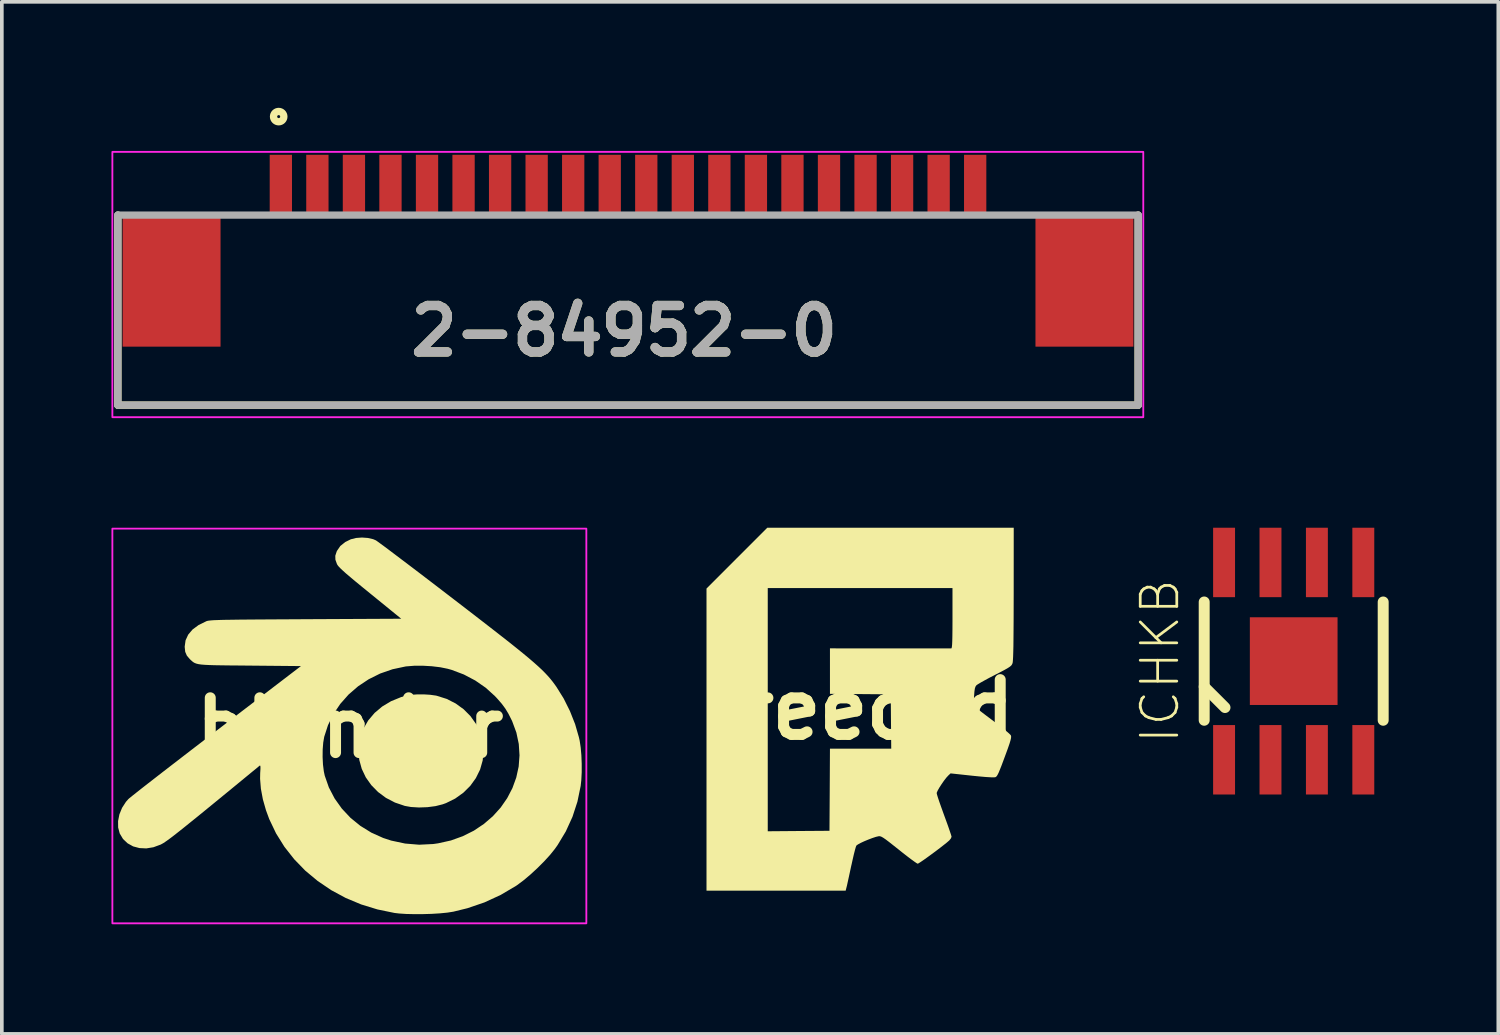
<source format=kicad_pcb>
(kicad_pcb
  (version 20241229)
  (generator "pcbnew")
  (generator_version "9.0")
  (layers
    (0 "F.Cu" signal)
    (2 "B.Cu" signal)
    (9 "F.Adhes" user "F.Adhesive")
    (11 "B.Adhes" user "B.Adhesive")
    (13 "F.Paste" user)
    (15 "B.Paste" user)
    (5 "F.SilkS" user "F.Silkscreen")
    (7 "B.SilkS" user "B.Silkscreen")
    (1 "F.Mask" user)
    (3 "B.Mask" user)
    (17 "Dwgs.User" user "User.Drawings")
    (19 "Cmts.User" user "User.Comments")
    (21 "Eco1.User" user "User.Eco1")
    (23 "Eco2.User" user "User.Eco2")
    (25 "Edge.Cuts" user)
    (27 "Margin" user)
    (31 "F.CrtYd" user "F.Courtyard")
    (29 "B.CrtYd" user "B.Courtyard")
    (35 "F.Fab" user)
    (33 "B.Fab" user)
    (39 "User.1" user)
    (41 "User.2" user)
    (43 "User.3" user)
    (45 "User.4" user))
  (footprint "blender"
    (layer "F.Cu")
    (at 6.525 16.866)
    (property "Reference" "blender" (at 0 0 0) (layer "F.SilkS") (effects (font (size 1.5 1.5) (thickness 0.3))))
    (attr board_only exclude_from_pos_files exclude_from_bom)
    (fp_poly (pts (xy 2.196 -0.904) (xy 2.353 -0.882) (xy 2.379 -0.876) (xy 2.648 -0.791) (xy 2.894 -0.666) (xy 3.112 -0.508) (xy 3.299 -0.32) (xy 3.451 -0.106) (xy 3.564 0.128) (xy 3.634 0.378) (xy 3.658 0.635) (xy 3.633 0.894) (xy 3.562 1.143) (xy 3.447 1.376) (xy 3.293 1.589) (xy 3.103 1.777) (xy 2.881 1.936) (xy 2.631 2.06) (xy 2.537 2.094) (xy 2.342 2.143) (xy 2.12 2.172) (xy 1.89 2.18) (xy 1.671 2.167) (xy 1.503 2.137) (xy 1.232 2.045) (xy 0.986 1.917) (xy 0.769 1.756) (xy 0.584 1.567) (xy 0.434 1.355) (xy 0.324 1.123) (xy 0.256 0.877) (xy 0.234 0.62) (xy 0.238 0.531) (xy 0.281 0.268) (xy 0.371 0.022) (xy 0.503 -0.204) (xy 0.675 -0.407) (xy 0.884 -0.583) (xy 1.126 -0.728) (xy 1.398 -0.839) (xy 1.523 -0.876) (xy 1.662 -0.901) (xy 1.833 -0.914) (xy 2.017 -0.915)) (stroke (width 0) (type solid)) (fill yes) (layer "F.SilkS"))
    (fp_poly (pts (xy 0.493 -5.195) (xy 0.638 -5.161) (xy 0.712 -5.129) (xy 0.748 -5.104) (xy 0.821 -5.051) (xy 0.929 -4.972) (xy 1.068 -4.868) (xy 1.236 -4.741) (xy 1.429 -4.595) (xy 1.646 -4.431) (xy 1.883 -4.251) (xy 2.137 -4.057) (xy 2.405 -3.852) (xy 2.684 -3.638) (xy 2.857 -3.505) (xy 3.228 -3.22) (xy 3.561 -2.963) (xy 3.858 -2.733) (xy 4.122 -2.527) (xy 4.356 -2.344) (xy 4.561 -2.18) (xy 4.74 -2.035) (xy 4.897 -1.905) (xy 5.032 -1.789) (xy 5.149 -1.685) (xy 5.25 -1.591) (xy 5.338 -1.503) (xy 5.414 -1.422) (xy 5.483 -1.343) (xy 5.545 -1.266) (xy 5.603 -1.188) (xy 5.652 -1.119) (xy 5.849 -0.803) (xy 6.021 -0.458) (xy 6.163 -0.099) (xy 6.266 0.258) (xy 6.288 0.356) (xy 6.315 0.537) (xy 6.334 0.752) (xy 6.343 0.983) (xy 6.343 1.216) (xy 6.332 1.432) (xy 6.315 1.589) (xy 6.226 2.02) (xy 6.09 2.437) (xy 5.908 2.835) (xy 5.683 3.209) (xy 5.607 3.316) (xy 5.476 3.479) (xy 5.314 3.656) (xy 5.131 3.839) (xy 4.94 4.015) (xy 4.751 4.174) (xy 4.577 4.304) (xy 4.546 4.325) (xy 4.126 4.573) (xy 3.681 4.778) (xy 3.215 4.937) (xy 2.832 5.031) (xy 2.668 5.057) (xy 2.466 5.077) (xy 2.24 5.091) (xy 2.002 5.098) (xy 1.765 5.099) (xy 1.541 5.094) (xy 1.345 5.081) (xy 1.219 5.066) (xy 0.754 4.97) (xy 0.308 4.833) (xy -0.115 4.656) (xy -0.512 4.442) (xy -0.881 4.192) (xy -1.22 3.91) (xy -1.524 3.597) (xy -1.792 3.256) (xy -2.021 2.889) (xy -2.208 2.497) (xy -2.297 2.255) (xy -2.382 1.956) (xy -2.436 1.667) (xy -2.458 1.396) (xy -2.455 1.237) (xy -2.448 1.128) (xy -2.448 1.063) (xy -2.455 1.034) (xy -2.469 1.035) (xy -2.47 1.036) (xy -2.84 1.34) (xy -3.173 1.614) (xy -3.472 1.859) (xy -3.737 2.076) (xy -3.972 2.268) (xy -4.178 2.436) (xy -4.358 2.581) (xy -4.514 2.707) (xy -4.647 2.813) (xy -4.761 2.903) (xy -4.856 2.977) (xy -4.936 3.037) (xy -5.002 3.085) (xy -5.057 3.123) (xy -5.102 3.153) (xy -5.141 3.175) (xy -5.174 3.193) (xy -5.178 3.195) (xy -5.376 3.268) (xy -5.571 3.3) (xy -5.759 3.291) (xy -5.932 3.245) (xy -6.083 3.161) (xy -6.208 3.043) (xy -6.299 2.891) (xy -6.342 2.729) (xy -6.344 2.552) (xy -6.308 2.369) (xy -6.235 2.19) (xy -6.129 2.026) (xy -6.063 1.951) (xy -6.029 1.921) (xy -5.957 1.863) (xy -5.85 1.778) (xy -5.711 1.668) (xy -5.542 1.536) (xy -5.346 1.384) (xy -5.126 1.213) (xy -4.885 1.027) (xy -4.624 0.826) (xy -4.592 0.801) (xy -0.747 0.801) (xy -0.737 1.005) (xy -0.714 1.19) (xy -0.689 1.308) (xy -0.576 1.632) (xy -0.418 1.934) (xy -0.22 2.212) (xy 0.016 2.463) (xy 0.285 2.682) (xy 0.584 2.867) (xy 0.91 3.014) (xy 1.13 3.086) (xy 1.511 3.167) (xy 1.895 3.199) (xy 2.28 3.18) (xy 2.413 3.161) (xy 2.764 3.083) (xy 3.091 2.965) (xy 3.393 2.814) (xy 3.667 2.63) (xy 3.912 2.419) (xy 4.125 2.183) (xy 4.304 1.925) (xy 4.447 1.65) (xy 4.552 1.361) (xy 4.618 1.061) (xy 4.641 0.754) (xy 4.621 0.442) (xy 4.555 0.13) (xy 4.441 -0.179) (xy 4.42 -0.222) (xy 4.337 -0.387) (xy 4.253 -0.526) (xy 4.157 -0.656) (xy 4.038 -0.793) (xy 3.969 -0.867) (xy 3.718 -1.095) (xy 3.431 -1.294) (xy 3.118 -1.459) (xy 2.788 -1.584) (xy 2.674 -1.616) (xy 2.472 -1.657) (xy 2.239 -1.685) (xy 1.995 -1.699) (xy 1.757 -1.698) (xy 1.545 -1.681) (xy 1.521 -1.678) (xy 1.165 -1.602) (xy 0.828 -1.485) (xy 0.513 -1.328) (xy 0.224 -1.136) (xy -0.036 -0.911) (xy -0.262 -0.656) (xy -0.451 -0.376) (xy -0.6 -0.072) (xy -0.703 0.246) (xy -0.73 0.404) (xy -0.745 0.595) (xy -0.747 0.801) (xy -4.592 0.801) (xy -4.348 0.613) (xy -4.057 0.39) (xy -3.756 0.159) (xy -3.648 0.076) (xy -1.34 -1.689) (xy -2.734 -1.702) (xy -3.043 -1.705) (xy -3.306 -1.707) (xy -3.527 -1.71) (xy -3.71 -1.713) (xy -3.859 -1.718) (xy -3.978 -1.724) (xy -4.073 -1.732) (xy -4.146 -1.743) (xy -4.203 -1.757) (xy -4.247 -1.774) (xy -4.284 -1.795) (xy -4.316 -1.82) (xy -4.349 -1.85) (xy -4.377 -1.876) (xy -4.461 -1.973) (xy -4.507 -2.08) (xy -4.521 -2.215) (xy -4.521 -2.222) (xy -4.497 -2.394) (xy -4.425 -2.55) (xy -4.306 -2.69) (xy -4.141 -2.812) (xy -3.93 -2.916) (xy -3.928 -2.917) (xy -3.907 -2.924) (xy -3.88 -2.93) (xy -3.842 -2.935) (xy -3.791 -2.94) (xy -3.725 -2.945) (xy -3.639 -2.948) (xy -3.532 -2.952) (xy -3.4 -2.955) (xy -3.24 -2.957) (xy -3.049 -2.96) (xy -2.824 -2.962) (xy -2.563 -2.964) (xy -2.262 -2.966) (xy -1.919 -2.968) (xy -1.529 -2.97) (xy -1.209 -2.972) (xy 1.404 -2.985) (xy 0.551 -3.679) (xy 0.336 -3.854) (xy 0.158 -4) (xy 0.013 -4.122) (xy -0.103 -4.22) (xy -0.192 -4.3) (xy -0.259 -4.363) (xy -0.306 -4.412) (xy -0.337 -4.451) (xy -0.354 -4.48) (xy -0.397 -4.6) (xy -0.4 -4.709) (xy -0.361 -4.827) (xy -0.353 -4.843) (xy -0.262 -4.976) (xy -0.127 -5.084) (xy 0.025 -5.159) (xy 0.169 -5.195) (xy 0.33 -5.207)) (stroke (width 0) (type solid)) (fill yes) (layer "F.SilkS"))
    (fp_rect (start -6.5 -5.45) (end 6.47 5.35) (stroke (width 0.05) (type default)) (fill no) (layer "F.CrtYd")))
  (footprint "2-84952-0"
    (layer "F.Cu")
    (at 14.135 2.836)
    (property "Reference" "2-84952-0" (at -0.106 3.17 0) (layer "F.SilkS") (effects (font (size 1.27 1.27) (thickness 0.254))))
    (attr smd)
    (fp_line (start -13.96 0) (end -13.96 5.2) (stroke (width 0.2) (type solid)) (layer "F.SilkS"))
    (fp_line (start -13.96 5.2) (end 13.96 5.2) (stroke (width 0.2) (type solid)) (layer "F.SilkS"))
    (fp_line (start 13.96 5.2) (end 13.96 0) (stroke (width 0.2) (type solid)) (layer "F.SilkS"))
    (fp_circle (center -9.559 -2.695) (end -9.559 -2.654) (stroke (width 0.2) (type solid)) (fill no) (layer "F.SilkS"))
    (fp_rect (start -14.11 -1.73) (end 14.1 5.53) (stroke (width 0.05) (type default)) (fill no) (layer "F.CrtYd"))
    (fp_line (start -13.96 0) (end 13.96 0) (stroke (width 0.2) (type solid)) (layer "F.Fab"))
    (fp_line (start -13.96 5.2) (end -13.96 0) (stroke (width 0.2) (type solid)) (layer "F.Fab"))
    (fp_line (start 13.96 0) (end 13.96 5.2) (stroke (width 0.2) (type solid)) (layer "F.Fab"))
    (fp_line (start 13.96 5.2) (end -13.96 5.2) (stroke (width 0.2) (type solid)) (layer "F.Fab"))
    (fp_text user "${REFERENCE}" (at -0.106 3.17 0) (layer "F.Fab") (effects (font (size 1.27 1.27) (thickness 0.254))))
    (pad "1" smd rect (at -9.5 -0.825) (size 0.61 1.65) (layers "F.Cu" "F.Mask" "F.Paste"))
    (pad "2" smd rect (at -8.5 -0.825) (size 0.61 1.65) (layers "F.Cu" "F.Mask" "F.Paste"))
    (pad "3" smd rect (at -7.5 -0.825) (size 0.61 1.65) (layers "F.Cu" "F.Mask" "F.Paste"))
    (pad "4" smd rect (at -6.5 -0.825) (size 0.61 1.65) (layers "F.Cu" "F.Mask" "F.Paste"))
    (pad "5" smd rect (at -5.5 -0.825) (size 0.61 1.65) (layers "F.Cu" "F.Mask" "F.Paste"))
    (pad "6" smd rect (at -4.5 -0.825) (size 0.61 1.65) (layers "F.Cu" "F.Mask" "F.Paste"))
    (pad "7" smd rect (at -3.5 -0.825) (size 0.61 1.65) (layers "F.Cu" "F.Mask" "F.Paste"))
    (pad "8" smd rect (at -2.5 -0.825) (size 0.61 1.65) (layers "F.Cu" "F.Mask" "F.Paste"))
    (pad "9" smd rect (at -1.5 -0.825) (size 0.61 1.65) (layers "F.Cu" "F.Mask" "F.Paste"))
    (pad "10" smd rect (at -0.5 -0.825) (size 0.61 1.65) (layers "F.Cu" "F.Mask" "F.Paste"))
    (pad "11" smd rect (at 0.5 -0.825) (size 0.61 1.65) (layers "F.Cu" "F.Mask" "F.Paste"))
    (pad "12" smd rect (at 1.5 -0.825) (size 0.61 1.65) (layers "F.Cu" "F.Mask" "F.Paste"))
    (pad "13" smd rect (at 2.5 -0.825) (size 0.61 1.65) (layers "F.Cu" "F.Mask" "F.Paste"))
    (pad "14" smd rect (at 3.5 -0.825) (size 0.61 1.65) (layers "F.Cu" "F.Mask" "F.Paste"))
    (pad "15" smd rect (at 4.5 -0.825) (size 0.61 1.65) (layers "F.Cu" "F.Mask" "F.Paste"))
    (pad "16" smd rect (at 5.5 -0.825) (size 0.61 1.65) (layers "F.Cu" "F.Mask" "F.Paste"))
    (pad "17" smd rect (at 6.5 -0.825) (size 0.61 1.65) (layers "F.Cu" "F.Mask" "F.Paste"))
    (pad "18" smd rect (at 7.5 -0.825) (size 0.61 1.65) (layers "F.Cu" "F.Mask" "F.Paste"))
    (pad "19" smd rect (at 8.5 -0.825) (size 0.61 1.65) (layers "F.Cu" "F.Mask" "F.Paste"))
    (pad "20" smd rect (at 9.5 -0.825) (size 0.61 1.65) (layers "F.Cu" "F.Mask" "F.Paste"))
    (pad "MP" smd rect (at -12.49 1.8) (size 2.68 3.6) (layers "F.Cu" "F.Mask" "F.Paste"))
    (pad "MP" smd rect (at 12.49 1.8) (size 2.68 3.6) (layers "F.Cu" "F.Mask" "F.Paste")))
  (footprint "ICHKB"
    (layer "F.Cu")
    (at 32.351 15.041)
    (property "Reference" "ICHKB" (at -3.658 0 90) (layer "F.SilkS") (effects (font (size 1 1) (thickness 0.075))))
    (attr smd)
    (fp_line (start -2.449 -1.618) (end -2.449 1.618) (stroke (width 0.3) (type solid)) (layer "F.SilkS"))
    (fp_line (start -2.449 0.701) (end -1.88 1.27) (stroke (width 0.3) (type solid)) (layer "F.SilkS"))
    (fp_line (start 2.449 -1.618) (end 2.449 1.618) (stroke (width 0.3) (type solid)) (layer "F.SilkS"))
    (pad "1" smd rect (at -1.905 2.7 180) (size 0.6 1.9) (layers "F.Cu" "F.Mask" "F.Paste"))
    (pad "2" smd rect (at -0.635 2.7 180) (size 0.6 1.9) (layers "F.Cu" "F.Mask" "F.Paste"))
    (pad "3" smd rect (at 0.635 2.7 180) (size 0.6 1.9) (layers "F.Cu" "F.Mask" "F.Paste"))
    (pad "4" smd rect (at 1.905 2.7 180) (size 0.6 1.9) (layers "F.Cu" "F.Mask" "F.Paste"))
    (pad "5" smd rect (at 1.905 -2.7) (size 0.6 1.9) (layers "F.Cu" "F.Mask" "F.Paste"))
    (pad "6" smd rect (at 0.635 -2.7) (size 0.6 1.9) (layers "F.Cu" "F.Mask" "F.Paste"))
    (pad "7" smd rect (at -0.635 -2.7) (size 0.6 1.9) (layers "F.Cu" "F.Mask" "F.Paste"))
    (pad "8" smd rect (at -1.905 -2.7) (size 0.6 1.9) (layers "F.Cu" "F.Mask" "F.Paste"))
    (pad "9" smd rect (at 0 0) (size 2.4 2.4) (layers "F.Cu" "F.Mask" "F.Paste")))
  (footprint "freecad"
    (layer "F.Cu")
    (at 20.499 16.369)
    (property "Reference" "freecad" (at 0 0 0) (layer "F.SilkS") (effects (font (size 1.5 1.5) (thickness 0.3))))
    (attr board_only exclude_from_pos_files exclude_from_bom)
    (fp_poly (pts (xy 4.19 -3.169) (xy 4.189 -2.79) (xy 4.188 -2.46) (xy 4.186 -2.176) (xy 4.184 -1.936) (xy 4.182 -1.736) (xy 4.178 -1.575) (xy 4.174 -1.45) (xy 4.169 -1.359) (xy 4.164 -1.299) (xy 4.158 -1.27) (xy 4.144 -1.238) (xy 4.124 -1.209) (xy 4.089 -1.178) (xy 4.035 -1.142) (xy 3.955 -1.096) (xy 3.843 -1.036) (xy 3.691 -0.958) (xy 3.674 -0.949) (xy 3.532 -0.876) (xy 3.403 -0.806) (xy 3.295 -0.746) (xy 3.216 -0.699) (xy 3.173 -0.67) (xy 3.171 -0.668) (xy 3.146 -0.633) (xy 3.128 -0.581) (xy 3.116 -0.502) (xy 3.107 -0.384) (xy 3.106 -0.372) (xy 3.1 -0.255) (xy 3.101 -0.177) (xy 3.108 -0.126) (xy 3.124 -0.092) (xy 3.137 -0.076) (xy 3.17 -0.047) (xy 3.237 0.008) (xy 3.332 0.082) (xy 3.449 0.171) (xy 3.579 0.269) (xy 3.635 0.311) (xy 3.768 0.412) (xy 3.888 0.506) (xy 3.989 0.588) (xy 4.064 0.653) (xy 4.107 0.696) (xy 4.113 0.705) (xy 4.12 0.735) (xy 4.117 0.778) (xy 4.102 0.843) (xy 4.074 0.935) (xy 4.03 1.062) (xy 3.984 1.188) (xy 3.913 1.38) (xy 3.857 1.53) (xy 3.812 1.643) (xy 3.778 1.725) (xy 3.75 1.781) (xy 3.728 1.817) (xy 3.707 1.838) (xy 3.691 1.848) (xy 3.649 1.853) (xy 3.56 1.851) (xy 3.427 1.843) (xy 3.255 1.828) (xy 3.054 1.808) (xy 2.463 1.744) (xy 2.4 1.803) (xy 2.345 1.863) (xy 2.281 1.946) (xy 2.216 2.04) (xy 2.156 2.133) (xy 2.11 2.214) (xy 2.085 2.271) (xy 2.083 2.285) (xy 2.091 2.323) (xy 2.115 2.402) (xy 2.152 2.513) (xy 2.2 2.649) (xy 2.255 2.802) (xy 2.286 2.888) (xy 2.344 3.047) (xy 2.396 3.191) (xy 2.438 3.314) (xy 2.47 3.408) (xy 2.487 3.466) (xy 2.489 3.479) (xy 2.472 3.523) (xy 2.429 3.577) (xy 2.419 3.586) (xy 2.361 3.636) (xy 2.277 3.703) (xy 2.174 3.783) (xy 2.06 3.87) (xy 1.942 3.957) (xy 1.828 4.04) (xy 1.726 4.113) (xy 1.642 4.17) (xy 1.585 4.206) (xy 1.563 4.216) (xy 1.534 4.201) (xy 1.471 4.158) (xy 1.38 4.092) (xy 1.268 4.007) (xy 1.14 3.907) (xy 1.049 3.834) (xy 0.896 3.713) (xy 0.778 3.62) (xy 0.688 3.552) (xy 0.621 3.506) (xy 0.572 3.478) (xy 0.535 3.465) (xy 0.506 3.462) (xy 0.495 3.464) (xy 0.42 3.481) (xy 0.321 3.514) (xy 0.211 3.556) (xy 0.1 3.602) (xy 0.001 3.648) (xy -0.074 3.689) (xy -0.114 3.719) (xy -0.116 3.721) (xy -0.131 3.761) (xy -0.154 3.842) (xy -0.183 3.956) (xy -0.215 4.094) (xy -0.249 4.248) (xy -0.254 4.267) (xy -0.288 4.426) (xy -0.32 4.574) (xy -0.348 4.701) (xy -0.369 4.798) (xy -0.383 4.855) (xy -0.384 4.858) (xy -0.408 4.953) (xy -2.312 4.953) (xy -4.216 4.953) (xy -4.216 0.819) (xy -4.216 0.000342) (xy -2.54 0.000342) (xy -2.54 3.328) (xy -1.695 3.321) (xy -0.851 3.315) (xy -0.844 2.191) (xy -0.838 1.067) (xy 0.001 1.067) (xy 0.839 1.067) (xy 0.832 0.324) (xy 0.826 -0.419) (xy -0.006 -0.426) (xy -0.838 -0.432) (xy -0.838 -1.055) (xy -0.838 -1.677) (xy 0.806 -1.676) (xy 1.091 -1.676) (xy 1.362 -1.676) (xy 1.613 -1.676) (xy 1.841 -1.676) (xy 2.041 -1.676) (xy 2.209 -1.676) (xy 2.341 -1.676) (xy 2.432 -1.676) (xy 2.478 -1.676) (xy 2.483 -1.676) (xy 2.492 -1.687) (xy 2.499 -1.722) (xy 2.505 -1.785) (xy 2.509 -1.881) (xy 2.512 -2.014) (xy 2.514 -2.188) (xy 2.515 -2.406) (xy 2.515 -2.502) (xy 2.515 -3.327) (xy -0.013 -3.327) (xy -2.54 -3.327) (xy -2.54 0.000342) (xy -4.216 0.000342) (xy -4.216 -3.314) (xy -3.385 -4.146) (xy -2.553 -4.978) (xy 0.819 -4.978) (xy 4.191 -4.978)) (stroke (width 0) (type solid)) (fill yes) (layer "F.SilkS")))
  (gr_rect
    (start -3 -3)
    (end 37.95 25.241)
    (stroke (width 0.1) (type default))
    (fill no)
    (layer "Edge.Cuts")))
</source>
